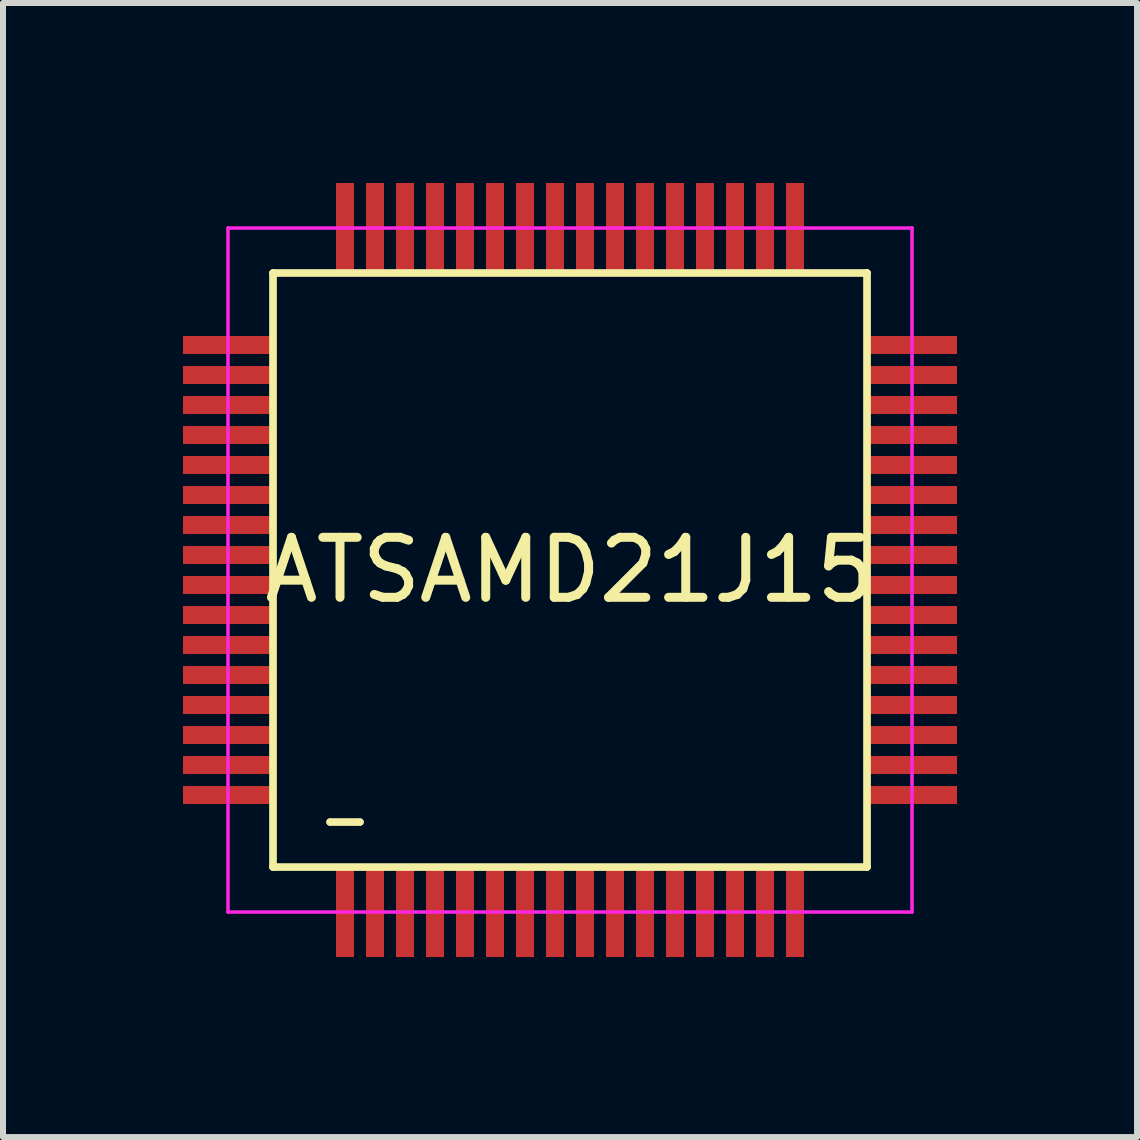
<source format=kicad_pcb>
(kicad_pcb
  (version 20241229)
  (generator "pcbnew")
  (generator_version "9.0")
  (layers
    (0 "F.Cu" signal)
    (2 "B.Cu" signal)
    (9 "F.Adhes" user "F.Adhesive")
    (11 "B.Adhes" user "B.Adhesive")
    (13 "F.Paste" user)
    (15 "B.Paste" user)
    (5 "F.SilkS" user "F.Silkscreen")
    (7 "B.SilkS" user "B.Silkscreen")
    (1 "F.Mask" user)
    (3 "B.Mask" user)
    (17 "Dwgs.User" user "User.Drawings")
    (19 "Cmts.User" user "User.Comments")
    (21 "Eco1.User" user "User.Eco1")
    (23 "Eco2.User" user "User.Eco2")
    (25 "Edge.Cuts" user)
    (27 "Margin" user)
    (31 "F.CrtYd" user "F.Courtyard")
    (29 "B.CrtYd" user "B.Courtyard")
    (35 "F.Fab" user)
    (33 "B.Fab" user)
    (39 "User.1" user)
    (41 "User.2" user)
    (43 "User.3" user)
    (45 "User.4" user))
  (footprint "ATSAMD21J15"
    (layer "F.Cu")
    (at 6.45 6.45)
    (property "Reference" "ATSAMD21J15" (at 0 0 0) (layer "F.SilkS") (effects (font (size 1 1) (thickness 0.15))))
    (attr through_hole)
    (fp_line (start -4.95 -4.95) (end -4.95 -4.95) (stroke (width 0.12) (type solid)) (layer "F.SilkS"))
    (fp_line (start -4.95 -4.95) (end -4.95 -4.95) (stroke (width 0.12) (type solid)) (layer "F.SilkS"))
    (fp_line (start -4.95 -4.95) (end -4.95 4.95) (stroke (width 0.12) (type solid)) (layer "F.SilkS"))
    (fp_line (start -4.95 -4.95) (end 4.95 -4.95) (stroke (width 0.12) (type solid)) (layer "F.SilkS"))
    (fp_line (start -4.95 4.95) (end -4.95 -4.95) (stroke (width 0.12) (type solid)) (layer "F.SilkS"))
    (fp_line (start -4.95 4.95) (end -4.95 4.95) (stroke (width 0.12) (type solid)) (layer "F.SilkS"))
    (fp_line (start -4.95 4.95) (end -4.95 4.95) (stroke (width 0.12) (type solid)) (layer "F.SilkS"))
    (fp_line (start -4.95 4.95) (end 4.95 4.95) (stroke (width 0.12) (type solid)) (layer "F.SilkS"))
    (fp_line (start -4 4.2) (end -4 4.2) (stroke (width 0.12) (type solid)) (layer "F.SilkS"))
    (fp_line (start -4 4.2) (end -3.5 4.2) (stroke (width 0.12) (type solid)) (layer "F.SilkS"))
    (fp_line (start -3.5 4.2) (end -4 4.2) (stroke (width 0.12) (type solid)) (layer "F.SilkS"))
    (fp_line (start -3.5 4.2) (end -3.5 4.2) (stroke (width 0.12) (type solid)) (layer "F.SilkS"))
    (fp_line (start 4.95 -4.95) (end -4.95 -4.95) (stroke (width 0.12) (type solid)) (layer "F.SilkS"))
    (fp_line (start 4.95 -4.95) (end 4.95 -4.95) (stroke (width 0.12) (type solid)) (layer "F.SilkS"))
    (fp_line (start 4.95 -4.95) (end 4.95 -4.95) (stroke (width 0.12) (type solid)) (layer "F.SilkS"))
    (fp_line (start 4.95 -4.95) (end 4.95 4.95) (stroke (width 0.12) (type solid)) (layer "F.SilkS"))
    (fp_line (start 4.95 4.95) (end -4.95 4.95) (stroke (width 0.12) (type solid)) (layer "F.SilkS"))
    (fp_line (start 4.95 4.95) (end 4.95 -4.95) (stroke (width 0.12) (type solid)) (layer "F.SilkS"))
    (fp_line (start 4.95 4.95) (end 4.95 4.95) (stroke (width 0.12) (type solid)) (layer "F.SilkS"))
    (fp_line (start 4.95 4.95) (end 4.95 4.95) (stroke (width 0.12) (type solid)) (layer "F.SilkS"))
    (fp_line (start -5.7 -5.7) (end -5.7 -5.7) (stroke (width 0.05) (type solid)) (layer "F.CrtYd"))
    (fp_line (start -5.7 -5.7) (end -5.7 -5.7) (stroke (width 0.05) (type solid)) (layer "F.CrtYd"))
    (fp_line (start -5.7 -5.7) (end -5.7 5.7) (stroke (width 0.05) (type solid)) (layer "F.CrtYd"))
    (fp_line (start -5.7 -5.7) (end 5.7 -5.7) (stroke (width 0.05) (type solid)) (layer "F.CrtYd"))
    (fp_line (start -5.7 5.7) (end -5.7 -5.7) (stroke (width 0.05) (type solid)) (layer "F.CrtYd"))
    (fp_line (start -5.7 5.7) (end -5.7 5.7) (stroke (width 0.05) (type solid)) (layer "F.CrtYd"))
    (fp_line (start -5.7 5.7) (end -5.7 5.7) (stroke (width 0.05) (type solid)) (layer "F.CrtYd"))
    (fp_line (start -5.7 5.7) (end 5.7 5.7) (stroke (width 0.05) (type solid)) (layer "F.CrtYd"))
    (fp_line (start 5.7 -5.7) (end -5.7 -5.7) (stroke (width 0.05) (type solid)) (layer "F.CrtYd"))
    (fp_line (start 5.7 -5.7) (end 5.7 -5.7) (stroke (width 0.05) (type solid)) (layer "F.CrtYd"))
    (fp_line (start 5.7 -5.7) (end 5.7 -5.7) (stroke (width 0.05) (type solid)) (layer "F.CrtYd"))
    (fp_line (start 5.7 -5.7) (end 5.7 5.7) (stroke (width 0.05) (type solid)) (layer "F.CrtYd"))
    (fp_line (start 5.7 5.7) (end -5.7 5.7) (stroke (width 0.05) (type solid)) (layer "F.CrtYd"))
    (fp_line (start 5.7 5.7) (end 5.7 -5.7) (stroke (width 0.05) (type solid)) (layer "F.CrtYd"))
    (fp_line (start 5.7 5.7) (end 5.7 5.7) (stroke (width 0.05) (type solid)) (layer "F.CrtYd"))
    (fp_line (start 5.7 5.7) (end 5.7 5.7) (stroke (width 0.05) (type solid)) (layer "F.CrtYd"))
    (pad "1" smd rect (at -3.75 5.7) (size 0.3 1.5) (layers "F.Cu" "F.Mask" "F.Paste"))
    (pad "2" smd rect (at -3.25 5.7) (size 0.3 1.5) (layers "F.Cu" "F.Mask" "F.Paste"))
    (pad "3" smd rect (at -2.75 5.7) (size 0.3 1.5) (layers "F.Cu" "F.Mask" "F.Paste"))
    (pad "4" smd rect (at -2.25 5.7) (size 0.3 1.5) (layers "F.Cu" "F.Mask" "F.Paste"))
    (pad "5" smd rect (at -1.75 5.7) (size 0.3 1.5) (layers "F.Cu" "F.Mask" "F.Paste"))
    (pad "6" smd rect (at -1.25 5.7) (size 0.3 1.5) (layers "F.Cu" "F.Mask" "F.Paste"))
    (pad "7" smd rect (at -0.75 5.7) (size 0.3 1.5) (layers "F.Cu" "F.Mask" "F.Paste"))
    (pad "8" smd rect (at -0.25 5.7) (size 0.3 1.5) (layers "F.Cu" "F.Mask" "F.Paste"))
    (pad "9" smd rect (at 0.25 5.7) (size 0.3 1.5) (layers "F.Cu" "F.Mask" "F.Paste"))
    (pad "10" smd rect (at 0.75 5.7) (size 0.3 1.5) (layers "F.Cu" "F.Mask" "F.Paste"))
    (pad "11" smd rect (at 1.25 5.7) (size 0.3 1.5) (layers "F.Cu" "F.Mask" "F.Paste"))
    (pad "12" smd rect (at 1.75 5.7) (size 0.3 1.5) (layers "F.Cu" "F.Mask" "F.Paste"))
    (pad "13" smd rect (at 2.25 5.7) (size 0.3 1.5) (layers "F.Cu" "F.Mask" "F.Paste"))
    (pad "14" smd rect (at 2.75 5.7) (size 0.3 1.5) (layers "F.Cu" "F.Mask" "F.Paste"))
    (pad "15" smd rect (at 3.25 5.7) (size 0.3 1.5) (layers "F.Cu" "F.Mask" "F.Paste"))
    (pad "16" smd rect (at 3.75 5.7) (size 0.3 1.5) (layers "F.Cu" "F.Mask" "F.Paste"))
    (pad "17" smd rect (at 5.7 3.75) (size 1.5 0.3) (layers "F.Cu" "F.Mask" "F.Paste"))
    (pad "18" smd rect (at 5.7 3.25) (size 1.5 0.3) (layers "F.Cu" "F.Mask" "F.Paste"))
    (pad "19" smd rect (at 5.7 2.75) (size 1.5 0.3) (layers "F.Cu" "F.Mask" "F.Paste"))
    (pad "20" smd rect (at 5.7 2.25) (size 1.5 0.3) (layers "F.Cu" "F.Mask" "F.Paste"))
    (pad "21" smd rect (at 5.7 1.75) (size 1.5 0.3) (layers "F.Cu" "F.Mask" "F.Paste"))
    (pad "22" smd rect (at 5.7 1.25) (size 1.5 0.3) (layers "F.Cu" "F.Mask" "F.Paste"))
    (pad "23" smd rect (at 5.7 0.75) (size 1.5 0.3) (layers "F.Cu" "F.Mask" "F.Paste"))
    (pad "24" smd rect (at 5.7 0.25) (size 1.5 0.3) (layers "F.Cu" "F.Mask" "F.Paste"))
    (pad "25" smd rect (at 5.7 -0.25) (size 1.5 0.3) (layers "F.Cu" "F.Mask" "F.Paste"))
    (pad "26" smd rect (at 5.7 -0.75) (size 1.5 0.3) (layers "F.Cu" "F.Mask" "F.Paste"))
    (pad "27" smd rect (at 5.7 -1.25) (size 1.5 0.3) (layers "F.Cu" "F.Mask" "F.Paste"))
    (pad "28" smd rect (at 5.7 -1.75) (size 1.5 0.3) (layers "F.Cu" "F.Mask" "F.Paste"))
    (pad "29" smd rect (at 5.7 -2.25) (size 1.5 0.3) (layers "F.Cu" "F.Mask" "F.Paste"))
    (pad "30" smd rect (at 5.7 -2.75) (size 1.5 0.3) (layers "F.Cu" "F.Mask" "F.Paste"))
    (pad "31" smd rect (at 5.7 -3.25) (size 1.5 0.3) (layers "F.Cu" "F.Mask" "F.Paste"))
    (pad "32" smd rect (at 5.7 -3.75) (size 1.5 0.3) (layers "F.Cu" "F.Mask" "F.Paste"))
    (pad "33" smd rect (at 3.75 -5.7) (size 0.3 1.5) (layers "F.Cu" "F.Mask" "F.Paste"))
    (pad "34" smd rect (at 3.25 -5.7) (size 0.3 1.5) (layers "F.Cu" "F.Mask" "F.Paste"))
    (pad "35" smd rect (at 2.75 -5.7) (size 0.3 1.5) (layers "F.Cu" "F.Mask" "F.Paste"))
    (pad "36" smd rect (at 2.25 -5.7) (size 0.3 1.5) (layers "F.Cu" "F.Mask" "F.Paste"))
    (pad "37" smd rect (at 1.75 -5.7) (size 0.3 1.5) (layers "F.Cu" "F.Mask" "F.Paste"))
    (pad "38" smd rect (at 1.25 -5.7) (size 0.3 1.5) (layers "F.Cu" "F.Mask" "F.Paste"))
    (pad "39" smd rect (at 0.75 -5.7) (size 0.3 1.5) (layers "F.Cu" "F.Mask" "F.Paste"))
    (pad "40" smd rect (at 0.25 -5.7) (size 0.3 1.5) (layers "F.Cu" "F.Mask" "F.Paste"))
    (pad "41" smd rect (at -0.25 -5.7) (size 0.3 1.5) (layers "F.Cu" "F.Mask" "F.Paste"))
    (pad "42" smd rect (at -0.75 -5.7) (size 0.3 1.5) (layers "F.Cu" "F.Mask" "F.Paste"))
    (pad "43" smd rect (at -1.25 -5.7) (size 0.3 1.5) (layers "F.Cu" "F.Mask" "F.Paste"))
    (pad "44" smd rect (at -1.75 -5.7) (size 0.3 1.5) (layers "F.Cu" "F.Mask" "F.Paste"))
    (pad "45" smd rect (at -2.25 -5.7) (size 0.3 1.5) (layers "F.Cu" "F.Mask" "F.Paste"))
    (pad "46" smd rect (at -2.75 -5.7) (size 0.3 1.5) (layers "F.Cu" "F.Mask" "F.Paste"))
    (pad "47" smd rect (at -3.25 -5.7) (size 0.3 1.5) (layers "F.Cu" "F.Mask" "F.Paste"))
    (pad "48" smd rect (at -3.75 -5.7) (size 0.3 1.5) (layers "F.Cu" "F.Mask" "F.Paste"))
    (pad "49" smd rect (at -5.7 -3.75) (size 1.5 0.3) (layers "F.Cu" "F.Mask" "F.Paste"))
    (pad "50" smd rect (at -5.7 -3.25) (size 1.5 0.3) (layers "F.Cu" "F.Mask" "F.Paste"))
    (pad "51" smd rect (at -5.7 -2.75) (size 1.5 0.3) (layers "F.Cu" "F.Mask" "F.Paste"))
    (pad "52" smd rect (at -5.7 -2.25) (size 1.5 0.3) (layers "F.Cu" "F.Mask" "F.Paste"))
    (pad "53" smd rect (at -5.7 -1.75) (size 1.5 0.3) (layers "F.Cu" "F.Mask" "F.Paste"))
    (pad "54" smd rect (at -5.7 -1.25) (size 1.5 0.3) (layers "F.Cu" "F.Mask" "F.Paste"))
    (pad "55" smd rect (at -5.7 -0.75) (size 1.5 0.3) (layers "F.Cu" "F.Mask" "F.Paste"))
    (pad "56" smd rect (at -5.7 -0.25) (size 1.5 0.3) (layers "F.Cu" "F.Mask" "F.Paste"))
    (pad "57" smd rect (at -5.7 0.25) (size 1.5 0.3) (layers "F.Cu" "F.Mask" "F.Paste"))
    (pad "58" smd rect (at -5.7 0.75) (size 1.5 0.3) (layers "F.Cu" "F.Mask" "F.Paste"))
    (pad "59" smd rect (at -5.7 1.25) (size 1.5 0.3) (layers "F.Cu" "F.Mask" "F.Paste"))
    (pad "60" smd rect (at -5.7 1.75) (size 1.5 0.3) (layers "F.Cu" "F.Mask" "F.Paste"))
    (pad "61" smd rect (at -5.7 2.25) (size 1.5 0.3) (layers "F.Cu" "F.Mask" "F.Paste"))
    (pad "62" smd rect (at -5.7 2.75) (size 1.5 0.3) (layers "F.Cu" "F.Mask" "F.Paste"))
    (pad "63" smd rect (at -5.7 3.25) (size 1.5 0.3) (layers "F.Cu" "F.Mask" "F.Paste"))
    (pad "64" smd rect (at -5.7 3.75) (size 1.5 0.3) (layers "F.Cu" "F.Mask" "F.Paste")))
  (gr_rect
    (start -3 -3)
    (end 15.9 15.9)
    (stroke (width 0.1) (type default))
    (fill no)
    (layer "Edge.Cuts")))
</source>
